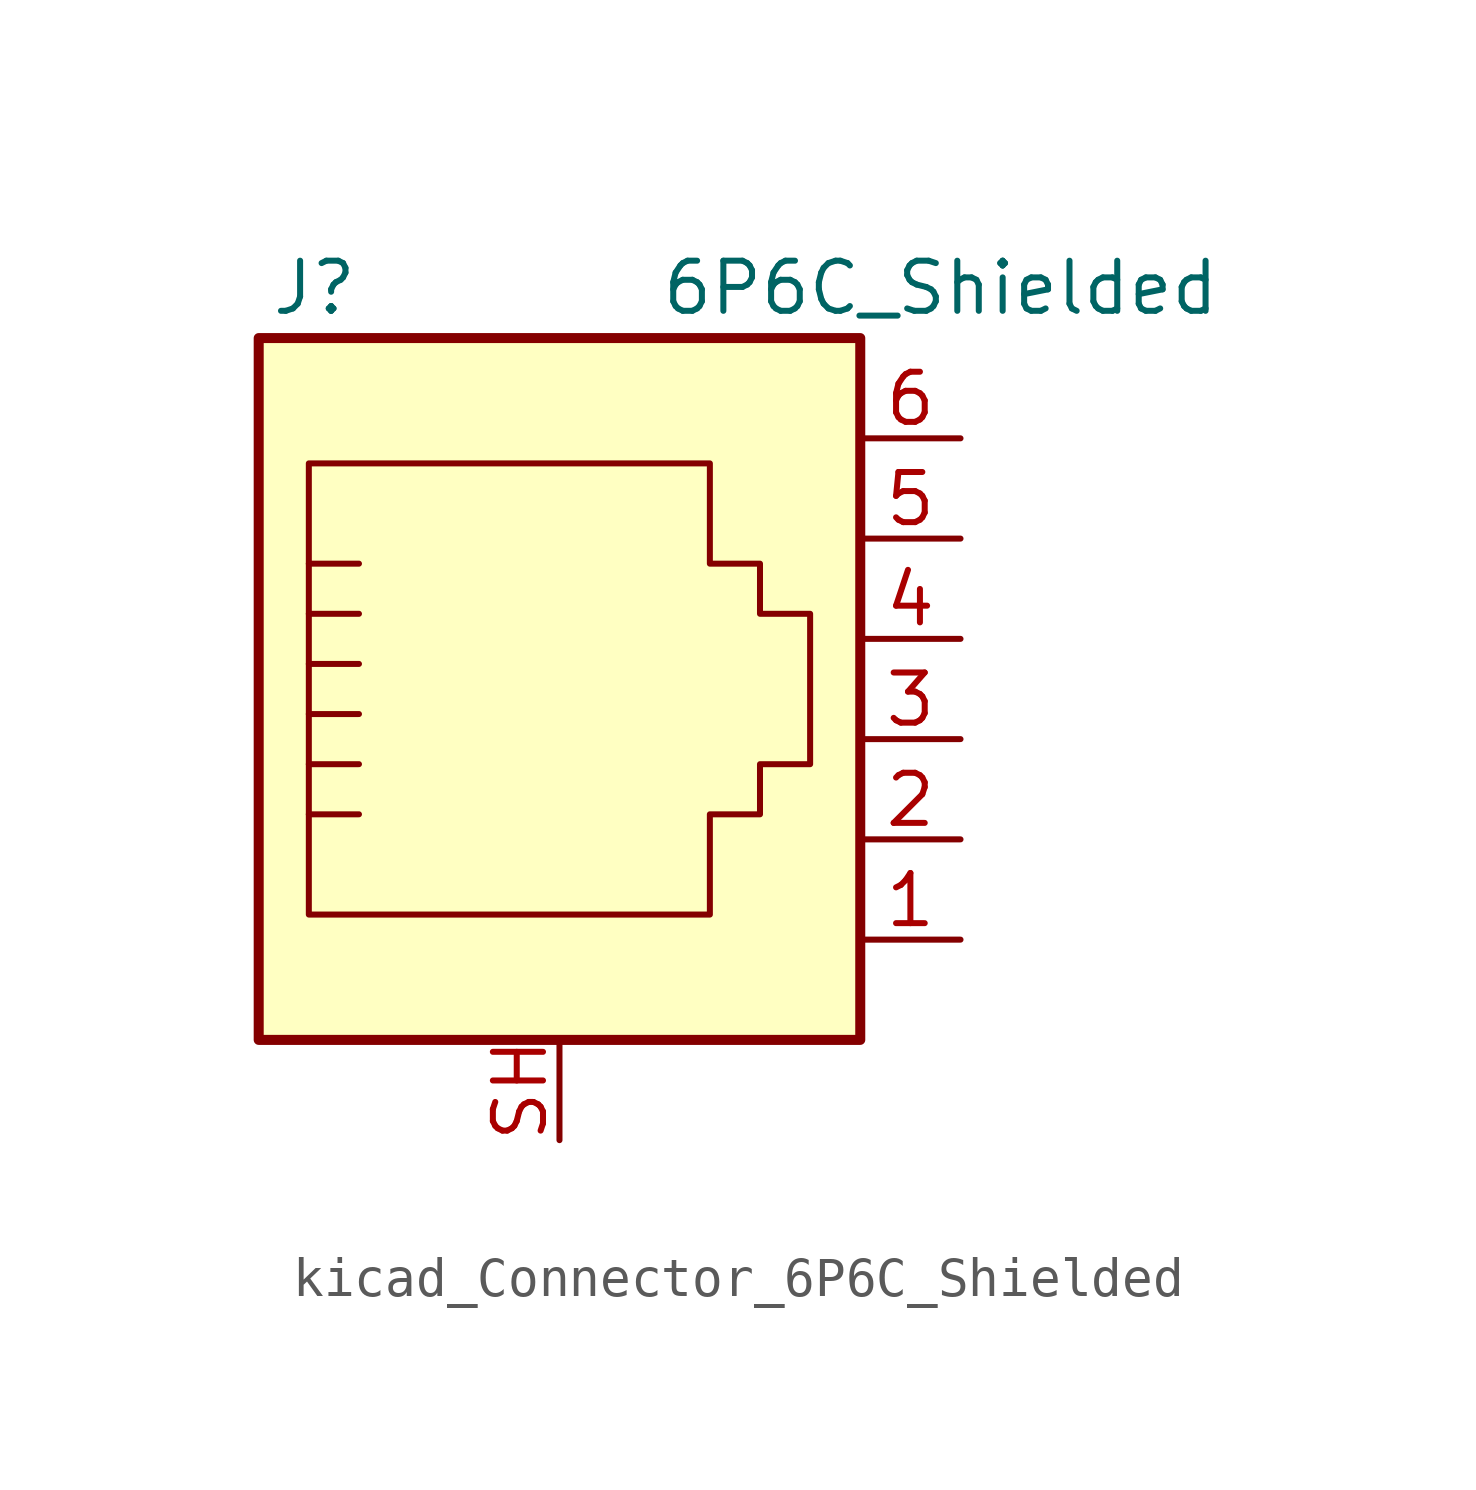
<source format=kicad_sym>
(kicad_symbol_lib
  (version 20220914)
  (generator kicad_symbol_editor)
  (symbol "kicad_Connector_6P6C_Shielded"
    (pin_names
      (offset 1.016))
    (property "Reference" "J"
      (at -5.08 11.43 0)
      (effects (font (size 1.27 1.27)) (justify right)))
    (property "Value" "6P6C_Shielded"
      (at 2.54 11.43 0)
      (effects (font (size 1.27 1.27)) (justify left)))
    (symbol "kicad_Connector_6P6C_Shielded_0_1"
      (polyline (pts (xy -6.35 -1.905) (xy -5.08 -1.905) (xy -5.08 -1.905)) (stroke (width 0) (type default)) (fill (type none)))
      (polyline (pts (xy -6.35 -0.635) (xy -5.08 -0.635) (xy -5.08 -0.635)) (stroke (width 0) (type default)) (fill (type none)))
      (polyline (pts (xy -6.35 0.635) (xy -5.08 0.635) (xy -5.08 0.635)) (stroke (width 0) (type default)) (fill (type none)))
      (polyline (pts (xy -6.35 1.905) (xy -5.08 1.905) (xy -5.08 1.905)) (stroke (width 0) (type default)) (fill (type none)))
      (polyline (pts (xy -6.35 3.175) (xy -5.08 3.175) (xy -5.08 3.175)) (stroke (width 0) (type default)) (fill (type none)))
      (polyline (pts (xy -5.08 4.445) (xy -6.35 4.445) (xy -6.35 4.445)) (stroke (width 0) (type default)) (fill (type none)))
      (polyline (pts (xy -6.35 -4.445) (xy -6.35 6.985) (xy 3.81 6.985) (xy 3.81 4.445) (xy 5.08 4.445) (xy 5.08 3.175) (xy 6.35 3.175) (xy 6.35 -0.635) (xy 5.08 -0.635) (xy 5.08 -1.905) (xy 3.81 -1.905) (xy 3.81 -4.445) (xy -6.35 -4.445) (xy -6.35 -4.445)) (stroke (width 0) (type default)) (fill (type none)))
      (rectangle (start 7.62 10.16) (end -7.62 -7.62) (stroke (width 0.254) (type default)) (fill (type background))))
    (symbol "kicad_Connector_6P6C_Shielded_1_1"
      (pin passive line (at 10.16 -5.08 180) (length 2.54) (name "~" (effects (font (size 1.27 1.27)))) (number "1" (effects (font (size 1.27 1.27)))))
      (pin passive line (at 10.16 -2.54 180) (length 2.54) (name "~" (effects (font (size 1.27 1.27)))) (number "2" (effects (font (size 1.27 1.27)))))
      (pin passive line (at 10.16 0 180) (length 2.54) (name "~" (effects (font (size 1.27 1.27)))) (number "3" (effects (font (size 1.27 1.27)))))
      (pin passive line (at 10.16 2.54 180) (length 2.54) (name "~" (effects (font (size 1.27 1.27)))) (number "4" (effects (font (size 1.27 1.27)))))
      (pin passive line (at 10.16 5.08 180) (length 2.54) (name "~" (effects (font (size 1.27 1.27)))) (number "5" (effects (font (size 1.27 1.27)))))
      (pin passive line (at 10.16 7.62 180) (length 2.54) (name "~" (effects (font (size 1.27 1.27)))) (number "6" (effects (font (size 1.27 1.27)))))
      (pin passive line (at 0 -10.16 90) (length 2.54) (name "~" (effects (font (size 1.27 1.27)))) (number "SH" (effects (font (size 1.27 1.27))))))))
</source>
